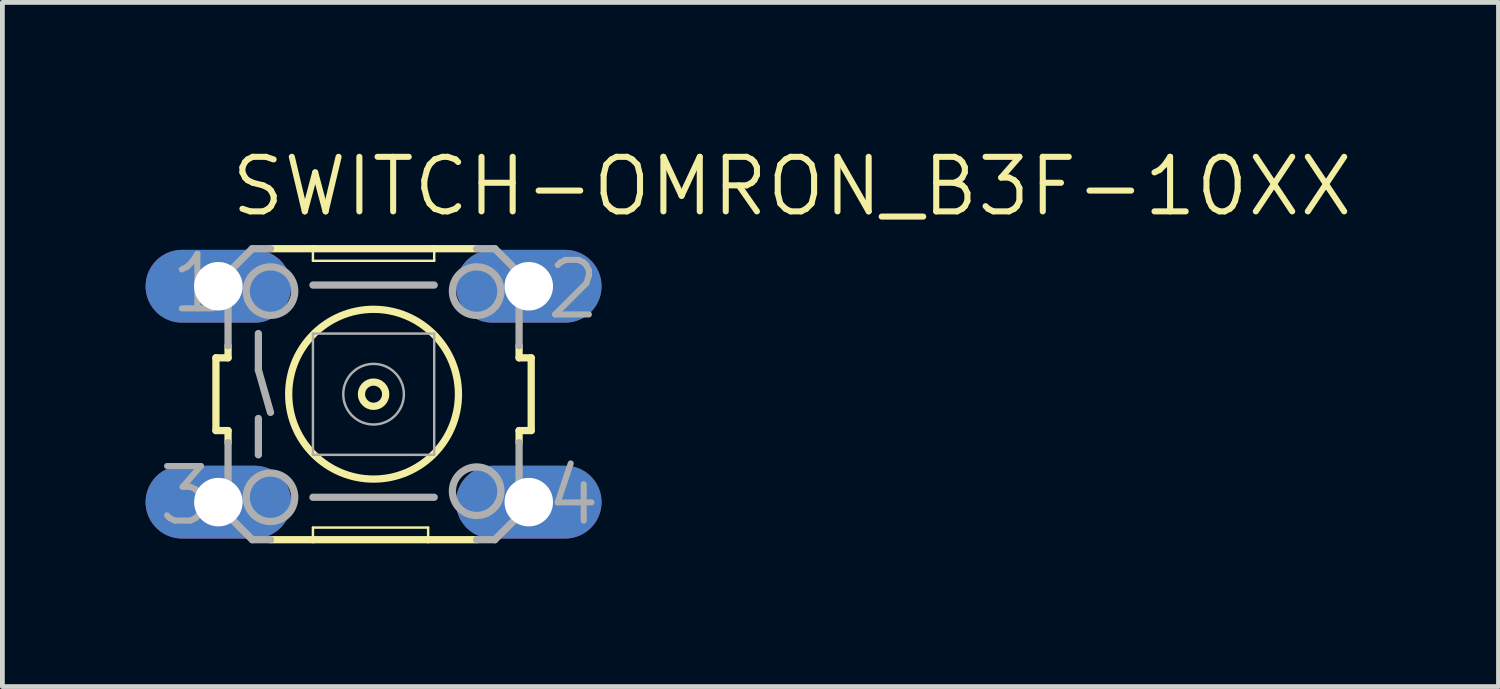
<source format=kicad_pcb>
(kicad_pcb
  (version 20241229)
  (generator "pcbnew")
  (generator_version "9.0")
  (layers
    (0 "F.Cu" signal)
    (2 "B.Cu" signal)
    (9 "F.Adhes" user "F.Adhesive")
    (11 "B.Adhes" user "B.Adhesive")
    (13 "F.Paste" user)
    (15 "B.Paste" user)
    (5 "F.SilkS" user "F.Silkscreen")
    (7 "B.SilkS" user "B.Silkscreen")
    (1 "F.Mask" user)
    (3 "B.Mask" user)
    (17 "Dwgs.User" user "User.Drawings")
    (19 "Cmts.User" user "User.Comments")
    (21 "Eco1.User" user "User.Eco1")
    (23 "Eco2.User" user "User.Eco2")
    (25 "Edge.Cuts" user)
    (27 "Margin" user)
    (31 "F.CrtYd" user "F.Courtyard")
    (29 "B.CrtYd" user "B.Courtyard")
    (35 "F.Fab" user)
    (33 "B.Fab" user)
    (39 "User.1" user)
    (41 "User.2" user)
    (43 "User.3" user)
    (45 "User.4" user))
  (footprint "SWITCH-OMRON_B3F-10XX"
    (layer "F.Cu")
    (at 4.775 5.207)
    (property "Reference" "SWITCH-OMRON_B3F-10XX" (at -3.048 -3.683 0) (layer "F.SilkS") (effects (font (size 1.143 1.143) (thickness 0.127)) (justify left bottom)))
    (fp_line (start -3.302 -0.762) (end -3.302 0.762) (stroke (width 0.152) (type solid)) (layer "F.SilkS"))
    (fp_line (start -3.302 -0.762) (end -3.048 -0.762) (stroke (width 0.152) (type solid)) (layer "F.SilkS"))
    (fp_line (start -3.048 -0.762) (end -3.048 -1.016) (stroke (width 0.152) (type solid)) (layer "F.SilkS"))
    (fp_line (start -3.048 0.762) (end -3.302 0.762) (stroke (width 0.152) (type solid)) (layer "F.SilkS"))
    (fp_line (start -3.048 0.762) (end -3.048 1.016) (stroke (width 0.152) (type solid)) (layer "F.SilkS"))
    (fp_line (start -2.159 3.048) (end -1.27 3.048) (stroke (width 0.152) (type solid)) (layer "F.SilkS"))
    (fp_line (start -1.27 -3.048) (end -2.159 -3.048) (stroke (width 0.152) (type solid)) (layer "F.SilkS"))
    (fp_line (start -1.27 -3.048) (end -1.27 -2.794) (stroke (width 0.051) (type solid)) (layer "F.SilkS"))
    (fp_line (start -1.27 2.794) (end -1.27 3.048) (stroke (width 0.051) (type solid)) (layer "F.SilkS"))
    (fp_line (start -1.27 3.048) (end 1.143 3.048) (stroke (width 0.152) (type solid)) (layer "F.SilkS"))
    (fp_line (start 1.143 2.794) (end -1.27 2.794) (stroke (width 0.051) (type solid)) (layer "F.SilkS"))
    (fp_line (start 1.143 2.794) (end 1.143 3.048) (stroke (width 0.051) (type solid)) (layer "F.SilkS"))
    (fp_line (start 1.143 3.048) (end 2.159 3.048) (stroke (width 0.152) (type solid)) (layer "F.SilkS"))
    (fp_line (start 1.27 -3.048) (end -1.27 -3.048) (stroke (width 0.152) (type solid)) (layer "F.SilkS"))
    (fp_line (start 1.27 -2.794) (end -1.27 -2.794) (stroke (width 0.051) (type solid)) (layer "F.SilkS"))
    (fp_line (start 1.27 -2.794) (end 1.27 -3.048) (stroke (width 0.051) (type solid)) (layer "F.SilkS"))
    (fp_line (start 2.159 -3.048) (end 1.27 -3.048) (stroke (width 0.152) (type solid)) (layer "F.SilkS"))
    (fp_line (start 3.048 -0.762) (end 3.048 -1.016) (stroke (width 0.152) (type solid)) (layer "F.SilkS"))
    (fp_line (start 3.048 -0.762) (end 3.302 -0.762) (stroke (width 0.152) (type solid)) (layer "F.SilkS"))
    (fp_line (start 3.048 0.762) (end 3.048 1.016) (stroke (width 0.152) (type solid)) (layer "F.SilkS"))
    (fp_line (start 3.302 0.762) (end 3.048 0.762) (stroke (width 0.152) (type solid)) (layer "F.SilkS"))
    (fp_line (start 3.302 0.762) (end 3.302 -0.762) (stroke (width 0.152) (type solid)) (layer "F.SilkS"))
    (fp_circle (center 0 0) (end 0.254 0) (stroke (width 0.152) (type solid)) (fill no) (layer "F.SilkS"))
    (fp_circle (center 0 0) (end 1.778 0) (stroke (width 0.152) (type solid)) (fill no) (layer "F.SilkS"))
    (fp_line (start -3.048 -2.54) (end -3.048 -1.016) (stroke (width 0.152) (type solid)) (layer "F.Fab"))
    (fp_line (start -3.048 2.54) (end -3.048 1.016) (stroke (width 0.152) (type solid)) (layer "F.Fab"))
    (fp_line (start -2.54 -3.048) (end -3.048 -2.54) (stroke (width 0.152) (type solid)) (layer "F.Fab"))
    (fp_line (start -2.54 -3.048) (end -2.159 -3.048) (stroke (width 0.152) (type solid)) (layer "F.Fab"))
    (fp_line (start -2.54 3.048) (end -3.048 2.54) (stroke (width 0.152) (type solid)) (layer "F.Fab"))
    (fp_line (start -2.54 3.048) (end -2.159 3.048) (stroke (width 0.152) (type solid)) (layer "F.Fab"))
    (fp_line (start -2.413 -1.27) (end -2.413 -0.508) (stroke (width 0.152) (type solid)) (layer "F.Fab"))
    (fp_line (start -2.413 -0.508) (end -2.159 0.381) (stroke (width 0.152) (type solid)) (layer "F.Fab"))
    (fp_line (start -2.413 0.508) (end -2.413 1.27) (stroke (width 0.152) (type solid)) (layer "F.Fab"))
    (fp_line (start -1.27 -1.27) (end -1.27 1.27) (stroke (width 0.051) (type solid)) (layer "F.Fab"))
    (fp_line (start -1.27 -1.27) (end 1.27 -1.27) (stroke (width 0.051) (type solid)) (layer "F.Fab"))
    (fp_line (start -1.27 2.159) (end 1.27 2.159) (stroke (width 0.152) (type solid)) (layer "F.Fab"))
    (fp_line (start 1.27 -2.286) (end -1.27 -2.286) (stroke (width 0.152) (type solid)) (layer "F.Fab"))
    (fp_line (start 1.27 1.27) (end -1.27 1.27) (stroke (width 0.051) (type solid)) (layer "F.Fab"))
    (fp_line (start 1.27 1.27) (end 1.27 -1.27) (stroke (width 0.051) (type solid)) (layer "F.Fab"))
    (fp_line (start 2.54 -3.048) (end 2.159 -3.048) (stroke (width 0.152) (type solid)) (layer "F.Fab"))
    (fp_line (start 2.54 3.048) (end 2.159 3.048) (stroke (width 0.152) (type solid)) (layer "F.Fab"))
    (fp_line (start 2.54 3.048) (end 3.048 2.54) (stroke (width 0.152) (type solid)) (layer "F.Fab"))
    (fp_line (start 3.048 -2.54) (end 2.54 -3.048) (stroke (width 0.152) (type solid)) (layer "F.Fab"))
    (fp_line (start 3.048 -1.016) (end 3.048 -2.54) (stroke (width 0.152) (type solid)) (layer "F.Fab"))
    (fp_line (start 3.048 2.54) (end 3.048 1.016) (stroke (width 0.152) (type solid)) (layer "F.Fab"))
    (fp_circle (center -2.159 -2.159) (end -1.651 -2.159) (stroke (width 0.152) (type solid)) (fill no) (layer "F.Fab"))
    (fp_circle (center -2.159 2.159) (end -1.651 2.159) (stroke (width 0.152) (type solid)) (fill no) (layer "F.Fab"))
    (fp_circle (center 0 0) (end 0.635 0) (stroke (width 0.051) (type solid)) (fill no) (layer "F.Fab"))
    (fp_circle (center 2.159 -2.159) (end 2.667 -2.159) (stroke (width 0.152) (type solid)) (fill no) (layer "F.Fab"))
    (fp_circle (center 2.159 2.032) (end 2.667 2.032) (stroke (width 0.152) (type solid)) (fill no) (layer "F.Fab"))
    (fp_text user "3" (at -4.572 2.794 0) (layer "F.Fab") (effects (font (size 1.143 1.143) (thickness 0.127)) (justify left bottom)))
    (fp_text user "1" (at -4.318 -1.651 0) (layer "F.Fab") (effects (font (size 1.143 1.143) (thickness 0.127)) (justify left bottom)))
    (fp_text user "4" (at 3.556 2.794 0) (layer "F.Fab") (effects (font (size 1.143 1.143) (thickness 0.127)) (justify left bottom)))
    (fp_text user "2" (at 3.556 -1.524 0) (layer "F.Fab") (effects (font (size 1.143 1.143) (thickness 0.127)) (justify left bottom)))
    (pad "1" thru_hole oval (at -3.251 -2.261) (size 3.048 1.524) (drill 1.016) (layers "*.Cu" "*.Mask"))
    (pad "2" thru_hole oval (at 3.251 -2.261) (size 3.048 1.524) (drill 1.016) (layers "*.Cu" "*.Mask"))
    (pad "3" thru_hole oval (at -3.251 2.261) (size 3.048 1.524) (drill 1.016) (layers "*.Cu" "*.Mask"))
    (pad "4" thru_hole oval (at 3.251 2.261) (size 3.048 1.524) (drill 1.016) (layers "*.Cu" "*.Mask")))
  (gr_rect
    (start -3 -3)
    (end 28.338 11.331)
    (stroke (width 0.1) (type default))
    (fill no)
    (layer "Edge.Cuts")))
</source>
